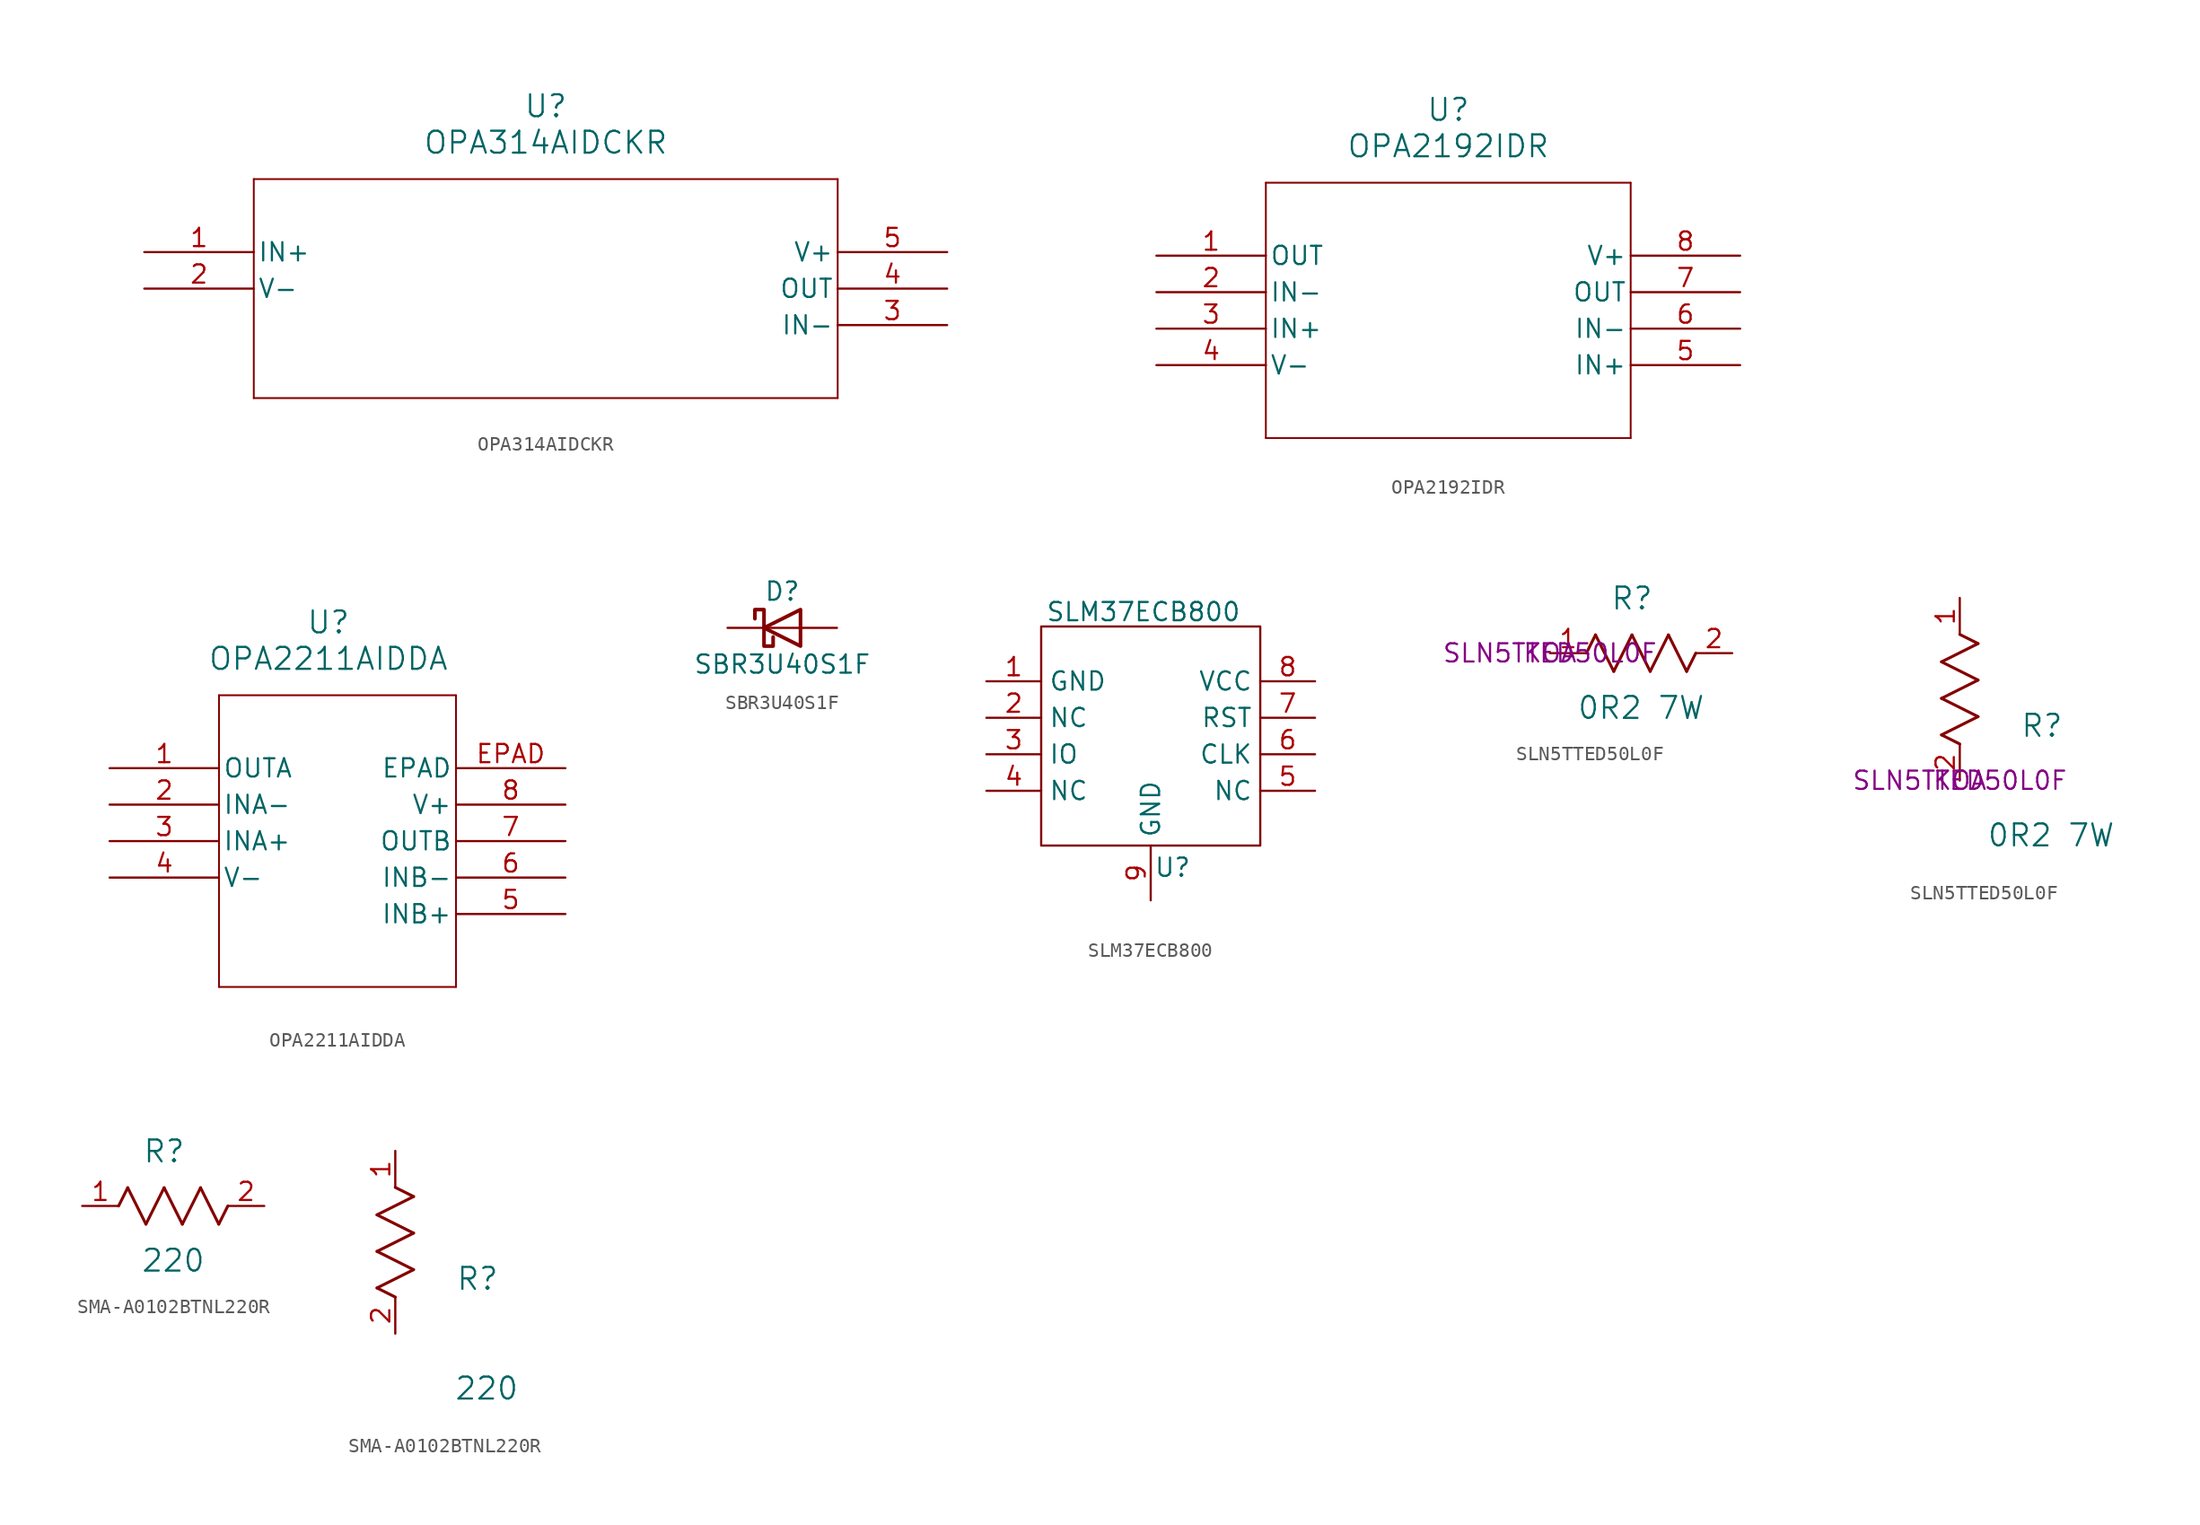
<source format=kicad_sym>
(kicad_symbol_lib
  (version 20241209)
  (generator "kicad_symbol_editor")
  (generator_version "9.0")
  (symbol "OPA314AIDCKR"
    (pin_names
      (offset 0.254))
    (property "Reference" "U"
      (at 27.94 10.16 0)
      (effects (font (size 1.524 1.524))))
    (property "Value" "OPA314AIDCKR"
      (at 27.94 7.62 0)
      (effects (font (size 1.524 1.524))))
    (property "ki_locked" ""
      (at 0 0 0)
      (effects (font (size 1.27 1.27))))
    (symbol "OPA314AIDCKR_0_1"
      (polyline (pts (xy 7.62 5.08) (xy 7.62 -10.16)) (stroke (width 0.127) (type default)) (fill (type none)))
      (polyline (pts (xy 7.62 -10.16) (xy 48.26 -10.16)) (stroke (width 0.127) (type default)) (fill (type none)))
      (polyline (pts (xy 48.26 5.08) (xy 7.62 5.08)) (stroke (width 0.127) (type default)) (fill (type none)))
      (polyline (pts (xy 48.26 -10.16) (xy 48.26 5.08)) (stroke (width 0.127) (type default)) (fill (type none)))
      (pin input line (at 0 0 0) (length 7.62) (name "IN+" (effects (font (size 1.27 1.27)))) (number "1" (effects (font (size 1.27 1.27)))))
      (pin power_in line (at 0 -2.54 0) (length 7.62) (name "V-" (effects (font (size 1.27 1.27)))) (number "2" (effects (font (size 1.27 1.27)))))
      (pin power_in line (at 55.88 0 180) (length 7.62) (name "V+" (effects (font (size 1.27 1.27)))) (number "5" (effects (font (size 1.27 1.27)))))
      (pin output line (at 55.88 -2.54 180) (length 7.62) (name "OUT" (effects (font (size 1.27 1.27)))) (number "4" (effects (font (size 1.27 1.27)))))
      (pin input line (at 55.88 -5.08 180) (length 7.62) (name "IN-" (effects (font (size 1.27 1.27)))) (number "3" (effects (font (size 1.27 1.27)))))))
  (symbol "OPA2192IDR"
    (pin_names
      (offset 0.254))
    (property "Reference" "U"
      (at 20.32 10.16 0)
      (effects (font (size 1.524 1.524))))
    (property "Value" "OPA2192IDR"
      (at 20.32 7.62 0)
      (effects (font (size 1.524 1.524))))
    (property "ki_locked" ""
      (at 0 0 0)
      (effects (font (size 1.27 1.27))))
    (symbol "OPA2192IDR_0_1"
      (polyline (pts (xy 7.62 5.08) (xy 7.62 -12.7)) (stroke (width 0.127) (type default)) (fill (type none)))
      (polyline (pts (xy 7.62 -12.7) (xy 33.02 -12.7)) (stroke (width 0.127) (type default)) (fill (type none)))
      (polyline (pts (xy 33.02 5.08) (xy 7.62 5.08)) (stroke (width 0.127) (type default)) (fill (type none)))
      (polyline (pts (xy 33.02 -12.7) (xy 33.02 5.08)) (stroke (width 0.127) (type default)) (fill (type none)))
      (pin output line (at 0 0 0) (length 7.62) (name "OUT" (effects (font (size 1.27 1.27)))) (number "1" (effects (font (size 1.27 1.27)))))
      (pin input line (at 0 -2.54 0) (length 7.62) (name "IN-" (effects (font (size 1.27 1.27)))) (number "2" (effects (font (size 1.27 1.27)))))
      (pin input line (at 0 -5.08 0) (length 7.62) (name "IN+" (effects (font (size 1.27 1.27)))) (number "3" (effects (font (size 1.27 1.27)))))
      (pin power_in line (at 0 -7.62 0) (length 7.62) (name "V-" (effects (font (size 1.27 1.27)))) (number "4" (effects (font (size 1.27 1.27)))))
      (pin power_in line (at 40.64 0 180) (length 7.62) (name "V+" (effects (font (size 1.27 1.27)))) (number "8" (effects (font (size 1.27 1.27)))))
      (pin output line (at 40.64 -2.54 180) (length 7.62) (name "OUT" (effects (font (size 1.27 1.27)))) (number "7" (effects (font (size 1.27 1.27)))))
      (pin input line (at 40.64 -5.08 180) (length 7.62) (name "IN-" (effects (font (size 1.27 1.27)))) (number "6" (effects (font (size 1.27 1.27)))))
      (pin input line (at 40.64 -7.62 180) (length 7.62) (name "IN+" (effects (font (size 1.27 1.27)))) (number "5" (effects (font (size 1.27 1.27)))))))
  (symbol "OPA2211AIDDA"
    (pin_names
      (offset 0.254))
    (property "Reference" "U"
      (at 30.48 10.16 0)
      (effects (font (size 1.524 1.524))))
    (property "Value" "OPA2211AIDDA"
      (at 30.48 7.62 0)
      (effects (font (size 1.524 1.524))))
    (property "ki_locked" ""
      (at 0 0 0)
      (effects (font (size 1.27 1.27))))
    (symbol "OPA2211AIDDA_0_1"
      (polyline (pts (xy 22.86 5.08) (xy 22.86 -15.24)) (stroke (width 0.127) (type default)) (fill (type none)))
      (polyline (pts (xy 22.86 -15.24) (xy 39.37 -15.24)) (stroke (width 0.127) (type default)) (fill (type none)))
      (polyline (pts (xy 39.37 5.08) (xy 22.86 5.08)) (stroke (width 0.127) (type default)) (fill (type none)))
      (polyline (pts (xy 39.37 -15.24) (xy 39.37 5.08)) (stroke (width 0.127) (type default)) (fill (type none)))
      (pin output line (at 15.24 0 0) (length 7.62) (name "OUTA" (effects (font (size 1.27 1.27)))) (number "1" (effects (font (size 1.27 1.27)))))
      (pin input line (at 15.24 -2.54 0) (length 7.62) (name "INA-" (effects (font (size 1.27 1.27)))) (number "2" (effects (font (size 1.27 1.27)))))
      (pin input line (at 15.24 -5.08 0) (length 7.62) (name "INA+" (effects (font (size 1.27 1.27)))) (number "3" (effects (font (size 1.27 1.27)))))
      (pin power_in line (at 15.24 -7.62 0) (length 7.62) (name "V-" (effects (font (size 1.27 1.27)))) (number "4" (effects (font (size 1.27 1.27)))))
      (pin unspecified line (at 46.99 0 180) (length 7.62) (name "EPAD" (effects (font (size 1.27 1.27)))) (number "EPAD" (effects (font (size 1.27 1.27)))))
      (pin power_in line (at 46.99 -2.54 180) (length 7.62) (name "V+" (effects (font (size 1.27 1.27)))) (number "8" (effects (font (size 1.27 1.27)))))
      (pin output line (at 46.99 -5.08 180) (length 7.62) (name "OUTB" (effects (font (size 1.27 1.27)))) (number "7" (effects (font (size 1.27 1.27)))))
      (pin input line (at 46.99 -7.62 180) (length 7.62) (name "INB-" (effects (font (size 1.27 1.27)))) (number "6" (effects (font (size 1.27 1.27)))))
      (pin input line (at 46.99 -10.16 180) (length 7.62) (name "INB+" (effects (font (size 1.27 1.27)))) (number "5" (effects (font (size 1.27 1.27)))))))
  (symbol "SBR3U40S1F"
    (pin_numbers
      (hide yes))
    (pin_names
      (offset 1.016)
      (hide yes))
    (property "Reference" "D"
      (at 0 2.54 0)
      (effects (font (size 1.27 1.27))))
    (property "Value" "SBR3U40S1F"
      (at 0 -2.54 0)
      (effects (font (size 1.27 1.27))))
    (symbol "SBR3U40S1F_0_1"
      (polyline (pts (xy -1.905 0.635) (xy -1.905 1.27) (xy -1.27 1.27) (xy -1.27 -1.27) (xy -0.635 -1.27) (xy -0.635 -0.635)) (stroke (width 0.254) (type default)) (fill (type none)))
      (polyline (pts (xy 1.27 1.27) (xy 1.27 -1.27) (xy -1.27 0) (xy 1.27 1.27)) (stroke (width 0.254) (type default)) (fill (type none)))
      (polyline (pts (xy 1.27 0) (xy -1.27 0)) (stroke (width 0) (type default)) (fill (type none))))
    (symbol "SBR3U40S1F_1_1"
      (pin passive line (at -3.81 0 0) (length 2.54) (name "K" (effects (font (size 1.27 1.27)))) (number "1" (effects (font (size 1.27 1.27)))))
      (pin passive line (at 3.81 0 180) (length 2.54) (name "A" (effects (font (size 1.27 1.27)))) (number "2" (effects (font (size 1.27 1.27)))))))
  (symbol "SLM37ECB800"
    (property "Reference" "U"
      (at 1.524 -9.144 0)
      (effects (font (size 1.27 1.27))))
    (property "Value" "SLM37ECB800"
      (at -0.508 8.636 0)
      (effects (font (size 1.27 1.27))))
    (symbol "SLM37ECB800_0_1"
      (rectangle (start -7.62 7.62) (end 7.62 -7.62) (stroke (width 0) (type default)) (fill (type none))))
    (symbol "SLM37ECB800_1_1"
      (pin power_in line (at -11.43 3.81 0) (length 3.81) (name "GND" (effects (font (size 1.27 1.27)))) (number "1" (effects (font (size 1.27 1.27)))))
      (pin bidirectional line (at -11.43 1.27 0) (length 3.81) (name "NC" (effects (font (size 1.27 1.27)))) (number "2" (effects (font (size 1.27 1.27)))))
      (pin bidirectional line (at -11.43 -1.27 0) (length 3.81) (name "IO" (effects (font (size 1.27 1.27)))) (number "3" (effects (font (size 1.27 1.27)))))
      (pin bidirectional line (at -11.43 -3.81 0) (length 3.81) (name "NC" (effects (font (size 1.27 1.27)))) (number "4" (effects (font (size 1.27 1.27)))))
      (pin power_in line (at 0 -11.43 90) (length 3.81) (name "GND" (effects (font (size 1.27 1.27)))) (number "9" (effects (font (size 1.27 1.27)))))
      (pin power_in line (at 11.43 3.81 180) (length 3.81) (name "VCC" (effects (font (size 1.27 1.27)))) (number "8" (effects (font (size 1.27 1.27)))))
      (pin input line (at 11.43 1.27 180) (length 3.81) (name "RST" (effects (font (size 1.27 1.27)))) (number "7" (effects (font (size 1.27 1.27)))))
      (pin input line (at 11.43 -1.27 180) (length 3.81) (name "CLK" (effects (font (size 1.27 1.27)))) (number "6" (effects (font (size 1.27 1.27)))))
      (pin bidirectional line (at 11.43 -3.81 180) (length 3.81) (name "NC" (effects (font (size 1.27 1.27)))) (number "5" (effects (font (size 1.27 1.27)))))))
  (symbol "SLN5TTED50L0F"
    (pin_names
      (offset 0.254))
    (property "Reference" "R"
      (at 5.715 3.81 0)
      (effects (font (size 1.524 1.524))))
    (property "Value" "0R2 7W"
      (at 6.35 -3.81 0)
      (effects (font (size 1.524 1.524))))
    (property "Manufacturer_Name" "KOA"
      (at 0 0 0)
      (effects (font (size 1.27 1.27))))
    (property "Manufacturer_Part_Number" "SLN5TTED50L0F"
      (at 0 0 0)
      (effects (font (size 1.27 1.27))))
    (symbol "SLN5TTED50L0F_1_1"
      (polyline (pts (xy 2.54 0) (xy 3.175 1.27)) (stroke (width 0.203) (type default)) (fill (type none)))
      (polyline (pts (xy 3.175 1.27) (xy 4.445 -1.27)) (stroke (width 0.203) (type default)) (fill (type none)))
      (polyline (pts (xy 4.445 -1.27) (xy 5.715 1.27)) (stroke (width 0.203) (type default)) (fill (type none)))
      (polyline (pts (xy 5.715 1.27) (xy 6.985 -1.27)) (stroke (width 0.203) (type default)) (fill (type none)))
      (polyline (pts (xy 6.985 -1.27) (xy 8.255 1.27)) (stroke (width 0.203) (type default)) (fill (type none)))
      (polyline (pts (xy 8.255 1.27) (xy 9.525 -1.27)) (stroke (width 0.203) (type default)) (fill (type none)))
      (polyline (pts (xy 9.525 -1.27) (xy 10.16 0)) (stroke (width 0.203) (type default)) (fill (type none)))
      (pin unspecified line (at 0 0 0) (length 2.54) (name "" (effects (font (size 1.27 1.27)))) (number "1" (effects (font (size 1.27 1.27)))))
      (pin unspecified line (at 12.7 0 180) (length 2.54) (name "" (effects (font (size 1.27 1.27)))) (number "2" (effects (font (size 1.27 1.27))))))
    (symbol "SLN5TTED50L0F_1_2"
      (polyline (pts (xy -1.27 8.255) (xy 1.27 9.525)) (stroke (width 0.203) (type default)) (fill (type none)))
      (polyline (pts (xy -1.27 5.715) (xy 1.27 6.985)) (stroke (width 0.203) (type default)) (fill (type none)))
      (polyline (pts (xy -1.27 3.175) (xy 1.27 4.445)) (stroke (width 0.203) (type default)) (fill (type none)))
      (polyline (pts (xy 0 2.54) (xy -1.27 3.175)) (stroke (width 0.203) (type default)) (fill (type none)))
      (polyline (pts (xy 1.27 9.525) (xy 0 10.16)) (stroke (width 0.203) (type default)) (fill (type none)))
      (polyline (pts (xy 1.27 6.985) (xy -1.27 8.255)) (stroke (width 0.203) (type default)) (fill (type none)))
      (polyline (pts (xy 1.27 4.445) (xy -1.27 5.715)) (stroke (width 0.203) (type default)) (fill (type none)))
      (pin unspecified line (at 0 12.7 270) (length 2.54) (name "" (effects (font (size 1.27 1.27)))) (number "1" (effects (font (size 1.27 1.27)))))
      (pin unspecified line (at 0 0 90) (length 2.54) (name "" (effects (font (size 1.27 1.27)))) (number "2" (effects (font (size 1.27 1.27)))))))
  (symbol "SMA-A0102BTNL220R"
    (pin_names
      (offset 0.254))
    (property "Reference" "R"
      (at 5.715 3.81 0)
      (effects (font (size 1.524 1.524))))
    (property "Value" "220"
      (at 6.35 -3.81 0)
      (effects (font (size 1.524 1.524))))
    (symbol "SMA-A0102BTNL220R_1_1"
      (polyline (pts (xy 2.54 0) (xy 3.175 1.27)) (stroke (width 0.203) (type default)) (fill (type none)))
      (polyline (pts (xy 3.175 1.27) (xy 4.445 -1.27)) (stroke (width 0.203) (type default)) (fill (type none)))
      (polyline (pts (xy 4.445 -1.27) (xy 5.715 1.27)) (stroke (width 0.203) (type default)) (fill (type none)))
      (polyline (pts (xy 5.715 1.27) (xy 6.985 -1.27)) (stroke (width 0.203) (type default)) (fill (type none)))
      (polyline (pts (xy 6.985 -1.27) (xy 8.255 1.27)) (stroke (width 0.203) (type default)) (fill (type none)))
      (polyline (pts (xy 8.255 1.27) (xy 9.525 -1.27)) (stroke (width 0.203) (type default)) (fill (type none)))
      (polyline (pts (xy 9.525 -1.27) (xy 10.16 0)) (stroke (width 0.203) (type default)) (fill (type none)))
      (pin unspecified line (at 0 0 0) (length 2.54) (name "" (effects (font (size 1.27 1.27)))) (number "1" (effects (font (size 1.27 1.27)))))
      (pin unspecified line (at 12.7 0 180) (length 2.54) (name "" (effects (font (size 1.27 1.27)))) (number "2" (effects (font (size 1.27 1.27))))))
    (symbol "SMA-A0102BTNL220R_1_2"
      (polyline (pts (xy -1.27 8.255) (xy 1.27 9.525)) (stroke (width 0.203) (type default)) (fill (type none)))
      (polyline (pts (xy -1.27 5.715) (xy 1.27 6.985)) (stroke (width 0.203) (type default)) (fill (type none)))
      (polyline (pts (xy -1.27 3.175) (xy 1.27 4.445)) (stroke (width 0.203) (type default)) (fill (type none)))
      (polyline (pts (xy 0 2.54) (xy -1.27 3.175)) (stroke (width 0.203) (type default)) (fill (type none)))
      (polyline (pts (xy 1.27 9.525) (xy 0 10.16)) (stroke (width 0.203) (type default)) (fill (type none)))
      (polyline (pts (xy 1.27 6.985) (xy -1.27 8.255)) (stroke (width 0.203) (type default)) (fill (type none)))
      (polyline (pts (xy 1.27 4.445) (xy -1.27 5.715)) (stroke (width 0.203) (type default)) (fill (type none)))
      (pin unspecified line (at 0 12.7 270) (length 2.54) (name "" (effects (font (size 1.27 1.27)))) (number "1" (effects (font (size 1.27 1.27)))))
      (pin unspecified line (at 0 0 90) (length 2.54) (name "" (effects (font (size 1.27 1.27)))) (number "2" (effects (font (size 1.27 1.27))))))))
</source>
